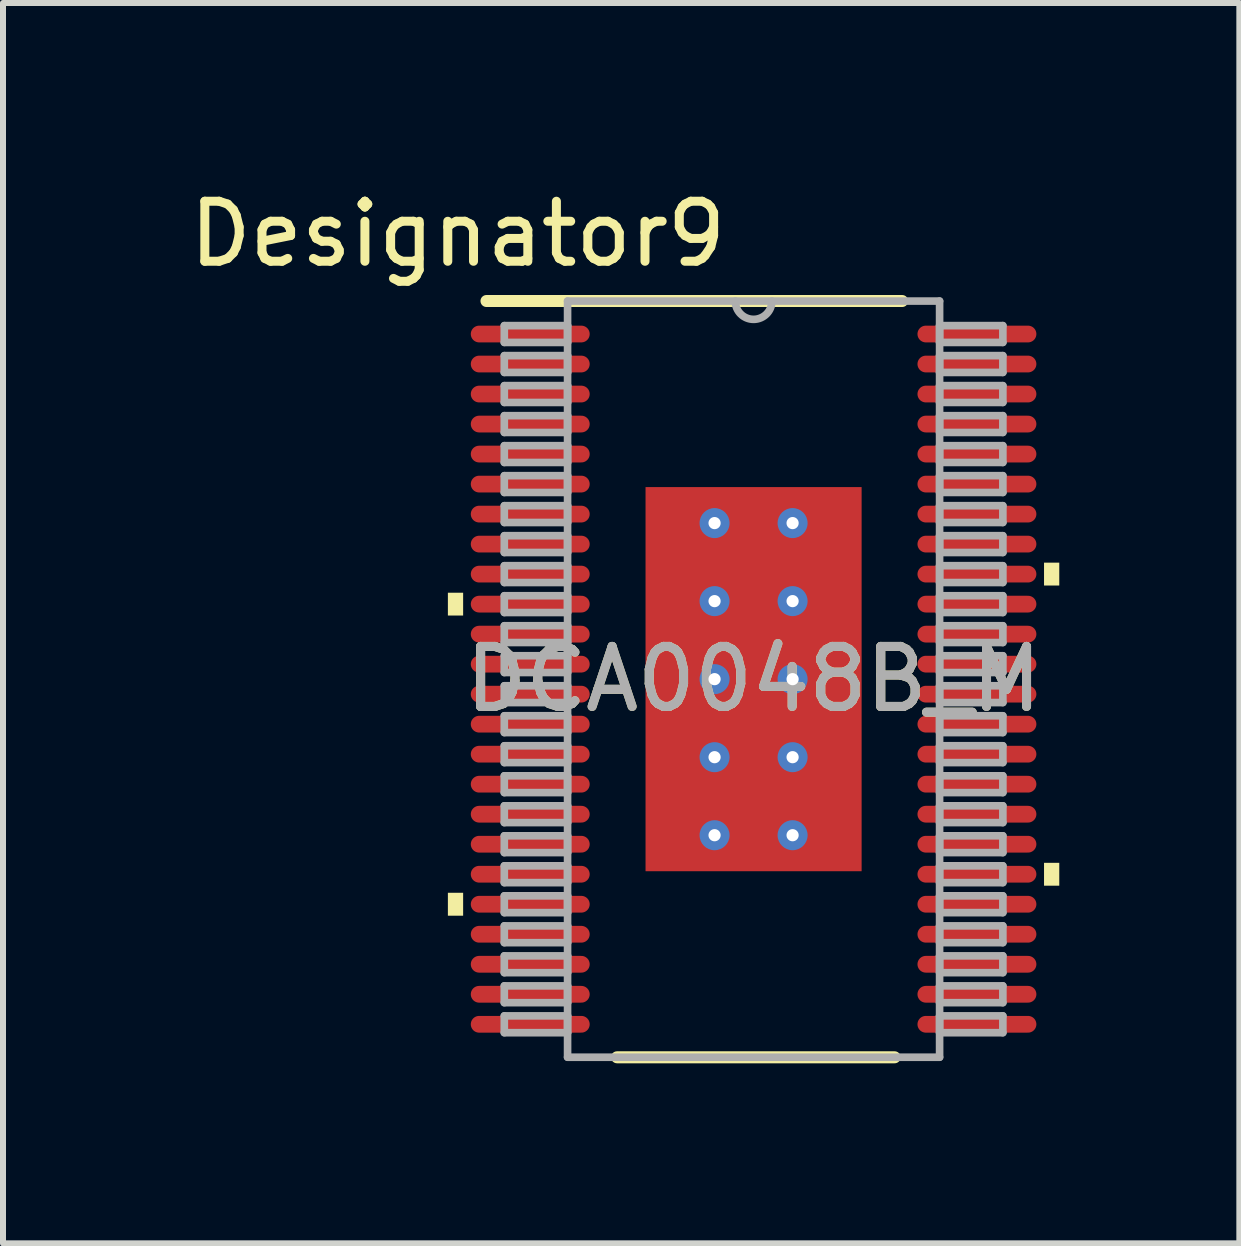
<source format=kicad_pcb>
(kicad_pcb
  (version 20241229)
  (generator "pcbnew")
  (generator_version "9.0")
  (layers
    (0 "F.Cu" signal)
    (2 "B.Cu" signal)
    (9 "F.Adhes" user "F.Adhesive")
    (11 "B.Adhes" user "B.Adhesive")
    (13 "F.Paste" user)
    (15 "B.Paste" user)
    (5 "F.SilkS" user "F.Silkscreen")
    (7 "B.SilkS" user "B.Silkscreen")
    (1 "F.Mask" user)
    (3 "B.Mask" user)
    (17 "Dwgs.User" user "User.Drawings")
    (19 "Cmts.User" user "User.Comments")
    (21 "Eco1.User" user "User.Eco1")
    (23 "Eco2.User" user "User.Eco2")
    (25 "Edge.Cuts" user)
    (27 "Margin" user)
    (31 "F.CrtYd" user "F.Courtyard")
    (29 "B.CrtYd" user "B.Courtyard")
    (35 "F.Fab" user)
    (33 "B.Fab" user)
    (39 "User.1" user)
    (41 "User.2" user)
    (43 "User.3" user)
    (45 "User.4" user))
  (footprint "DCA0048B_M"
    (layer "F.Cu")
    (at 9.505 8.265)
    (property "Reference" "DCA0048B_M" (at 0 0 0) (unlocked yes) (layer "F.SilkS") (effects (font (size 1 1) (thickness 0.15))))
    (attr smd)
    (fp_line (start -4.45 -6.3) (end 2.475 -6.3) (stroke (width 0.2) (type solid)) (layer "F.SilkS"))
    (fp_line (start -2.275 6.3) (end 2.35 6.3) (stroke (width 0.2) (type solid)) (layer "F.SilkS"))
    (fp_poly (pts (xy -4.839 -1.44) (xy -5.093 -1.44) (xy -5.093 -1.06) (xy -4.839 -1.06)) (stroke (width 0) (type solid)) (fill yes) (layer "F.SilkS"))
    (fp_poly (pts (xy -4.839 3.559) (xy -5.093 3.559) (xy -5.093 3.941) (xy -4.839 3.941)) (stroke (width 0) (type solid)) (fill yes) (layer "F.SilkS"))
    (fp_poly (pts (xy 4.839 -1.941) (xy 5.093 -1.941) (xy 5.093 -1.56) (xy 4.839 -1.56)) (stroke (width 0) (type solid)) (fill yes) (layer "F.SilkS"))
    (fp_poly (pts (xy 4.839 3.06) (xy 5.093 3.06) (xy 5.093 3.441) (xy 4.839 3.441)) (stroke (width 0) (type solid)) (fill yes) (layer "F.SilkS"))
    (fp_line (start -4.153 -5.89) (end -3.099 -5.89) (stroke (width 0.127) (type solid)) (layer "F.Fab"))
    (fp_line (start -4.153 -5.61) (end -4.153 -5.89) (stroke (width 0.127) (type solid)) (layer "F.Fab"))
    (fp_line (start -4.153 -5.61) (end -3.099 -5.61) (stroke (width 0.127) (type solid)) (layer "F.Fab"))
    (fp_line (start -4.153 -5.39) (end -3.099 -5.39) (stroke (width 0.127) (type solid)) (layer "F.Fab"))
    (fp_line (start -4.153 -5.11) (end -4.153 -5.39) (stroke (width 0.127) (type solid)) (layer "F.Fab"))
    (fp_line (start -4.153 -5.11) (end -3.099 -5.11) (stroke (width 0.127) (type solid)) (layer "F.Fab"))
    (fp_line (start -4.153 -4.89) (end -3.099 -4.89) (stroke (width 0.127) (type solid)) (layer "F.Fab"))
    (fp_line (start -4.153 -4.61) (end -4.153 -4.89) (stroke (width 0.127) (type solid)) (layer "F.Fab"))
    (fp_line (start -4.153 -4.61) (end -3.099 -4.61) (stroke (width 0.127) (type solid)) (layer "F.Fab"))
    (fp_line (start -4.153 -4.39) (end -3.099 -4.39) (stroke (width 0.127) (type solid)) (layer "F.Fab"))
    (fp_line (start -4.153 -4.11) (end -4.153 -4.39) (stroke (width 0.127) (type solid)) (layer "F.Fab"))
    (fp_line (start -4.153 -4.11) (end -3.099 -4.11) (stroke (width 0.127) (type solid)) (layer "F.Fab"))
    (fp_line (start -4.153 -3.89) (end -3.099 -3.89) (stroke (width 0.127) (type solid)) (layer "F.Fab"))
    (fp_line (start -4.153 -3.61) (end -4.153 -3.89) (stroke (width 0.127) (type solid)) (layer "F.Fab"))
    (fp_line (start -4.153 -3.61) (end -3.099 -3.61) (stroke (width 0.127) (type solid)) (layer "F.Fab"))
    (fp_line (start -4.153 -3.39) (end -3.099 -3.39) (stroke (width 0.127) (type solid)) (layer "F.Fab"))
    (fp_line (start -4.153 -3.11) (end -4.153 -3.39) (stroke (width 0.127) (type solid)) (layer "F.Fab"))
    (fp_line (start -4.153 -3.11) (end -3.099 -3.11) (stroke (width 0.127) (type solid)) (layer "F.Fab"))
    (fp_line (start -4.153 -2.89) (end -3.099 -2.89) (stroke (width 0.127) (type solid)) (layer "F.Fab"))
    (fp_line (start -4.153 -2.61) (end -4.153 -2.89) (stroke (width 0.127) (type solid)) (layer "F.Fab"))
    (fp_line (start -4.153 -2.61) (end -3.099 -2.61) (stroke (width 0.127) (type solid)) (layer "F.Fab"))
    (fp_line (start -4.153 -2.39) (end -3.099 -2.39) (stroke (width 0.127) (type solid)) (layer "F.Fab"))
    (fp_line (start -4.153 -2.11) (end -4.153 -2.39) (stroke (width 0.127) (type solid)) (layer "F.Fab"))
    (fp_line (start -4.153 -2.11) (end -3.099 -2.11) (stroke (width 0.127) (type solid)) (layer "F.Fab"))
    (fp_line (start -4.153 -1.89) (end -3.099 -1.89) (stroke (width 0.127) (type solid)) (layer "F.Fab"))
    (fp_line (start -4.153 -1.61) (end -4.153 -1.89) (stroke (width 0.127) (type solid)) (layer "F.Fab"))
    (fp_line (start -4.153 -1.61) (end -3.099 -1.61) (stroke (width 0.127) (type solid)) (layer "F.Fab"))
    (fp_line (start -4.153 -1.39) (end -3.099 -1.39) (stroke (width 0.127) (type solid)) (layer "F.Fab"))
    (fp_line (start -4.153 -1.11) (end -4.153 -1.39) (stroke (width 0.127) (type solid)) (layer "F.Fab"))
    (fp_line (start -4.153 -1.11) (end -3.099 -1.11) (stroke (width 0.127) (type solid)) (layer "F.Fab"))
    (fp_line (start -4.153 -0.89) (end -3.099 -0.89) (stroke (width 0.127) (type solid)) (layer "F.Fab"))
    (fp_line (start -4.153 -0.61) (end -4.153 -0.89) (stroke (width 0.127) (type solid)) (layer "F.Fab"))
    (fp_line (start -4.153 -0.61) (end -3.099 -0.61) (stroke (width 0.127) (type solid)) (layer "F.Fab"))
    (fp_line (start -4.153 -0.39) (end -3.099 -0.39) (stroke (width 0.127) (type solid)) (layer "F.Fab"))
    (fp_line (start -4.153 -0.11) (end -4.153 -0.39) (stroke (width 0.127) (type solid)) (layer "F.Fab"))
    (fp_line (start -4.153 -0.11) (end -3.099 -0.11) (stroke (width 0.127) (type solid)) (layer "F.Fab"))
    (fp_line (start -4.153 0.11) (end -3.099 0.11) (stroke (width 0.127) (type solid)) (layer "F.Fab"))
    (fp_line (start -4.153 0.39) (end -4.153 0.11) (stroke (width 0.127) (type solid)) (layer "F.Fab"))
    (fp_line (start -4.153 0.39) (end -3.099 0.39) (stroke (width 0.127) (type solid)) (layer "F.Fab"))
    (fp_line (start -4.153 0.61) (end -3.099 0.61) (stroke (width 0.127) (type solid)) (layer "F.Fab"))
    (fp_line (start -4.153 0.89) (end -4.153 0.61) (stroke (width 0.127) (type solid)) (layer "F.Fab"))
    (fp_line (start -4.153 0.89) (end -3.099 0.89) (stroke (width 0.127) (type solid)) (layer "F.Fab"))
    (fp_line (start -4.153 1.11) (end -3.099 1.11) (stroke (width 0.127) (type solid)) (layer "F.Fab"))
    (fp_line (start -4.153 1.39) (end -4.153 1.11) (stroke (width 0.127) (type solid)) (layer "F.Fab"))
    (fp_line (start -4.153 1.39) (end -3.099 1.39) (stroke (width 0.127) (type solid)) (layer "F.Fab"))
    (fp_line (start -4.153 1.61) (end -3.099 1.61) (stroke (width 0.127) (type solid)) (layer "F.Fab"))
    (fp_line (start -4.153 1.89) (end -4.153 1.61) (stroke (width 0.127) (type solid)) (layer "F.Fab"))
    (fp_line (start -4.153 1.89) (end -3.099 1.89) (stroke (width 0.127) (type solid)) (layer "F.Fab"))
    (fp_line (start -4.153 2.11) (end -3.099 2.11) (stroke (width 0.127) (type solid)) (layer "F.Fab"))
    (fp_line (start -4.153 2.39) (end -4.153 2.11) (stroke (width 0.127) (type solid)) (layer "F.Fab"))
    (fp_line (start -4.153 2.39) (end -3.099 2.39) (stroke (width 0.127) (type solid)) (layer "F.Fab"))
    (fp_line (start -4.153 2.61) (end -3.099 2.61) (stroke (width 0.127) (type solid)) (layer "F.Fab"))
    (fp_line (start -4.153 2.89) (end -4.153 2.61) (stroke (width 0.127) (type solid)) (layer "F.Fab"))
    (fp_line (start -4.153 2.89) (end -3.099 2.89) (stroke (width 0.127) (type solid)) (layer "F.Fab"))
    (fp_line (start -4.153 3.11) (end -3.099 3.11) (stroke (width 0.127) (type solid)) (layer "F.Fab"))
    (fp_line (start -4.153 3.39) (end -4.153 3.11) (stroke (width 0.127) (type solid)) (layer "F.Fab"))
    (fp_line (start -4.153 3.39) (end -3.099 3.39) (stroke (width 0.127) (type solid)) (layer "F.Fab"))
    (fp_line (start -4.153 3.61) (end -3.099 3.61) (stroke (width 0.127) (type solid)) (layer "F.Fab"))
    (fp_line (start -4.153 3.89) (end -4.153 3.61) (stroke (width 0.127) (type solid)) (layer "F.Fab"))
    (fp_line (start -4.153 3.89) (end -3.099 3.89) (stroke (width 0.127) (type solid)) (layer "F.Fab"))
    (fp_line (start -4.153 4.11) (end -3.099 4.11) (stroke (width 0.127) (type solid)) (layer "F.Fab"))
    (fp_line (start -4.153 4.39) (end -4.153 4.11) (stroke (width 0.127) (type solid)) (layer "F.Fab"))
    (fp_line (start -4.153 4.39) (end -3.099 4.39) (stroke (width 0.127) (type solid)) (layer "F.Fab"))
    (fp_line (start -4.153 4.61) (end -3.099 4.61) (stroke (width 0.127) (type solid)) (layer "F.Fab"))
    (fp_line (start -4.153 4.89) (end -4.153 4.61) (stroke (width 0.127) (type solid)) (layer "F.Fab"))
    (fp_line (start -4.153 4.89) (end -3.099 4.89) (stroke (width 0.127) (type solid)) (layer "F.Fab"))
    (fp_line (start -4.153 5.11) (end -3.099 5.11) (stroke (width 0.127) (type solid)) (layer "F.Fab"))
    (fp_line (start -4.153 5.39) (end -4.153 5.11) (stroke (width 0.127) (type solid)) (layer "F.Fab"))
    (fp_line (start -4.153 5.39) (end -3.099 5.39) (stroke (width 0.127) (type solid)) (layer "F.Fab"))
    (fp_line (start -4.153 5.61) (end -3.099 5.61) (stroke (width 0.127) (type solid)) (layer "F.Fab"))
    (fp_line (start -4.153 5.89) (end -4.153 5.61) (stroke (width 0.127) (type solid)) (layer "F.Fab"))
    (fp_line (start -4.153 5.89) (end -3.099 5.89) (stroke (width 0.127) (type solid)) (layer "F.Fab"))
    (fp_line (start -3.099 -6.299) (end 3.099 -6.299) (stroke (width 0.127) (type solid)) (layer "F.Fab"))
    (fp_line (start -3.099 -5.61) (end -3.099 -5.89) (stroke (width 0.127) (type solid)) (layer "F.Fab"))
    (fp_line (start -3.099 -5.11) (end -3.099 -5.39) (stroke (width 0.127) (type solid)) (layer "F.Fab"))
    (fp_line (start -3.099 -4.61) (end -3.099 -4.89) (stroke (width 0.127) (type solid)) (layer "F.Fab"))
    (fp_line (start -3.099 -4.11) (end -3.099 -4.39) (stroke (width 0.127) (type solid)) (layer "F.Fab"))
    (fp_line (start -3.099 -3.61) (end -3.099 -3.89) (stroke (width 0.127) (type solid)) (layer "F.Fab"))
    (fp_line (start -3.099 -3.11) (end -3.099 -3.39) (stroke (width 0.127) (type solid)) (layer "F.Fab"))
    (fp_line (start -3.099 -2.61) (end -3.099 -2.89) (stroke (width 0.127) (type solid)) (layer "F.Fab"))
    (fp_line (start -3.099 -2.11) (end -3.099 -2.39) (stroke (width 0.127) (type solid)) (layer "F.Fab"))
    (fp_line (start -3.099 -1.61) (end -3.099 -1.89) (stroke (width 0.127) (type solid)) (layer "F.Fab"))
    (fp_line (start -3.099 -1.11) (end -3.099 -1.39) (stroke (width 0.127) (type solid)) (layer "F.Fab"))
    (fp_line (start -3.099 -0.61) (end -3.099 -0.89) (stroke (width 0.127) (type solid)) (layer "F.Fab"))
    (fp_line (start -3.099 -0.11) (end -3.099 -0.39) (stroke (width 0.127) (type solid)) (layer "F.Fab"))
    (fp_line (start -3.099 0.39) (end -3.099 0.11) (stroke (width 0.127) (type solid)) (layer "F.Fab"))
    (fp_line (start -3.099 0.89) (end -3.099 0.61) (stroke (width 0.127) (type solid)) (layer "F.Fab"))
    (fp_line (start -3.099 1.39) (end -3.099 1.11) (stroke (width 0.127) (type solid)) (layer "F.Fab"))
    (fp_line (start -3.099 1.89) (end -3.099 1.61) (stroke (width 0.127) (type solid)) (layer "F.Fab"))
    (fp_line (start -3.099 2.39) (end -3.099 2.11) (stroke (width 0.127) (type solid)) (layer "F.Fab"))
    (fp_line (start -3.099 2.89) (end -3.099 2.61) (stroke (width 0.127) (type solid)) (layer "F.Fab"))
    (fp_line (start -3.099 3.39) (end -3.099 3.11) (stroke (width 0.127) (type solid)) (layer "F.Fab"))
    (fp_line (start -3.099 3.89) (end -3.099 3.61) (stroke (width 0.127) (type solid)) (layer "F.Fab"))
    (fp_line (start -3.099 4.39) (end -3.099 4.11) (stroke (width 0.127) (type solid)) (layer "F.Fab"))
    (fp_line (start -3.099 4.89) (end -3.099 4.61) (stroke (width 0.127) (type solid)) (layer "F.Fab"))
    (fp_line (start -3.099 5.39) (end -3.099 5.11) (stroke (width 0.127) (type solid)) (layer "F.Fab"))
    (fp_line (start -3.099 5.89) (end -3.099 5.61) (stroke (width 0.127) (type solid)) (layer "F.Fab"))
    (fp_line (start -3.099 6.299) (end -3.099 -6.299) (stroke (width 0.127) (type solid)) (layer "F.Fab"))
    (fp_line (start -3.099 6.299) (end 3.099 6.299) (stroke (width 0.127) (type solid)) (layer "F.Fab"))
    (fp_line (start 3.099 -5.89) (end 4.153 -5.89) (stroke (width 0.127) (type solid)) (layer "F.Fab"))
    (fp_line (start 3.099 -5.61) (end 3.099 -5.89) (stroke (width 0.127) (type solid)) (layer "F.Fab"))
    (fp_line (start 3.099 -5.61) (end 4.153 -5.61) (stroke (width 0.127) (type solid)) (layer "F.Fab"))
    (fp_line (start 3.099 -5.39) (end 4.153 -5.39) (stroke (width 0.127) (type solid)) (layer "F.Fab"))
    (fp_line (start 3.099 -5.11) (end 3.099 -5.39) (stroke (width 0.127) (type solid)) (layer "F.Fab"))
    (fp_line (start 3.099 -5.11) (end 4.153 -5.11) (stroke (width 0.127) (type solid)) (layer "F.Fab"))
    (fp_line (start 3.099 -4.89) (end 4.153 -4.89) (stroke (width 0.127) (type solid)) (layer "F.Fab"))
    (fp_line (start 3.099 -4.61) (end 3.099 -4.89) (stroke (width 0.127) (type solid)) (layer "F.Fab"))
    (fp_line (start 3.099 -4.61) (end 4.153 -4.61) (stroke (width 0.127) (type solid)) (layer "F.Fab"))
    (fp_line (start 3.099 -4.39) (end 4.153 -4.39) (stroke (width 0.127) (type solid)) (layer "F.Fab"))
    (fp_line (start 3.099 -4.11) (end 3.099 -4.39) (stroke (width 0.127) (type solid)) (layer "F.Fab"))
    (fp_line (start 3.099 -4.11) (end 4.153 -4.11) (stroke (width 0.127) (type solid)) (layer "F.Fab"))
    (fp_line (start 3.099 -3.89) (end 4.153 -3.89) (stroke (width 0.127) (type solid)) (layer "F.Fab"))
    (fp_line (start 3.099 -3.61) (end 3.099 -3.89) (stroke (width 0.127) (type solid)) (layer "F.Fab"))
    (fp_line (start 3.099 -3.61) (end 4.153 -3.61) (stroke (width 0.127) (type solid)) (layer "F.Fab"))
    (fp_line (start 3.099 -3.39) (end 4.153 -3.39) (stroke (width 0.127) (type solid)) (layer "F.Fab"))
    (fp_line (start 3.099 -3.11) (end 3.099 -3.39) (stroke (width 0.127) (type solid)) (layer "F.Fab"))
    (fp_line (start 3.099 -3.11) (end 4.153 -3.11) (stroke (width 0.127) (type solid)) (layer "F.Fab"))
    (fp_line (start 3.099 -2.89) (end 4.153 -2.89) (stroke (width 0.127) (type solid)) (layer "F.Fab"))
    (fp_line (start 3.099 -2.61) (end 3.099 -2.89) (stroke (width 0.127) (type solid)) (layer "F.Fab"))
    (fp_line (start 3.099 -2.61) (end 4.153 -2.61) (stroke (width 0.127) (type solid)) (layer "F.Fab"))
    (fp_line (start 3.099 -2.39) (end 4.153 -2.39) (stroke (width 0.127) (type solid)) (layer "F.Fab"))
    (fp_line (start 3.099 -2.11) (end 3.099 -2.39) (stroke (width 0.127) (type solid)) (layer "F.Fab"))
    (fp_line (start 3.099 -2.11) (end 4.153 -2.11) (stroke (width 0.127) (type solid)) (layer "F.Fab"))
    (fp_line (start 3.099 -1.89) (end 4.153 -1.89) (stroke (width 0.127) (type solid)) (layer "F.Fab"))
    (fp_line (start 3.099 -1.61) (end 3.099 -1.89) (stroke (width 0.127) (type solid)) (layer "F.Fab"))
    (fp_line (start 3.099 -1.61) (end 4.153 -1.61) (stroke (width 0.127) (type solid)) (layer "F.Fab"))
    (fp_line (start 3.099 -1.39) (end 4.153 -1.39) (stroke (width 0.127) (type solid)) (layer "F.Fab"))
    (fp_line (start 3.099 -1.11) (end 3.099 -1.39) (stroke (width 0.127) (type solid)) (layer "F.Fab"))
    (fp_line (start 3.099 -1.11) (end 4.153 -1.11) (stroke (width 0.127) (type solid)) (layer "F.Fab"))
    (fp_line (start 3.099 -0.89) (end 4.153 -0.89) (stroke (width 0.127) (type solid)) (layer "F.Fab"))
    (fp_line (start 3.099 -0.61) (end 3.099 -0.89) (stroke (width 0.127) (type solid)) (layer "F.Fab"))
    (fp_line (start 3.099 -0.61) (end 4.153 -0.61) (stroke (width 0.127) (type solid)) (layer "F.Fab"))
    (fp_line (start 3.099 -0.39) (end 4.153 -0.39) (stroke (width 0.127) (type solid)) (layer "F.Fab"))
    (fp_line (start 3.099 -0.11) (end 3.099 -0.39) (stroke (width 0.127) (type solid)) (layer "F.Fab"))
    (fp_line (start 3.099 -0.11) (end 4.153 -0.11) (stroke (width 0.127) (type solid)) (layer "F.Fab"))
    (fp_line (start 3.099 0.11) (end 4.153 0.11) (stroke (width 0.127) (type solid)) (layer "F.Fab"))
    (fp_line (start 3.099 0.39) (end 3.099 0.11) (stroke (width 0.127) (type solid)) (layer "F.Fab"))
    (fp_line (start 3.099 0.39) (end 4.153 0.39) (stroke (width 0.127) (type solid)) (layer "F.Fab"))
    (fp_line (start 3.099 0.61) (end 4.153 0.61) (stroke (width 0.127) (type solid)) (layer "F.Fab"))
    (fp_line (start 3.099 0.89) (end 3.099 0.61) (stroke (width 0.127) (type solid)) (layer "F.Fab"))
    (fp_line (start 3.099 0.89) (end 4.153 0.89) (stroke (width 0.127) (type solid)) (layer "F.Fab"))
    (fp_line (start 3.099 1.11) (end 4.153 1.11) (stroke (width 0.127) (type solid)) (layer "F.Fab"))
    (fp_line (start 3.099 1.39) (end 3.099 1.11) (stroke (width 0.127) (type solid)) (layer "F.Fab"))
    (fp_line (start 3.099 1.39) (end 4.153 1.39) (stroke (width 0.127) (type solid)) (layer "F.Fab"))
    (fp_line (start 3.099 1.61) (end 4.153 1.61) (stroke (width 0.127) (type solid)) (layer "F.Fab"))
    (fp_line (start 3.099 1.89) (end 3.099 1.61) (stroke (width 0.127) (type solid)) (layer "F.Fab"))
    (fp_line (start 3.099 1.89) (end 4.153 1.89) (stroke (width 0.127) (type solid)) (layer "F.Fab"))
    (fp_line (start 3.099 2.11) (end 4.153 2.11) (stroke (width 0.127) (type solid)) (layer "F.Fab"))
    (fp_line (start 3.099 2.39) (end 3.099 2.11) (stroke (width 0.127) (type solid)) (layer "F.Fab"))
    (fp_line (start 3.099 2.39) (end 4.153 2.39) (stroke (width 0.127) (type solid)) (layer "F.Fab"))
    (fp_line (start 3.099 2.61) (end 4.153 2.61) (stroke (width 0.127) (type solid)) (layer "F.Fab"))
    (fp_line (start 3.099 2.89) (end 3.099 2.61) (stroke (width 0.127) (type solid)) (layer "F.Fab"))
    (fp_line (start 3.099 2.89) (end 4.153 2.89) (stroke (width 0.127) (type solid)) (layer "F.Fab"))
    (fp_line (start 3.099 3.11) (end 4.153 3.11) (stroke (width 0.127) (type solid)) (layer "F.Fab"))
    (fp_line (start 3.099 3.39) (end 3.099 3.11) (stroke (width 0.127) (type solid)) (layer "F.Fab"))
    (fp_line (start 3.099 3.39) (end 4.153 3.39) (stroke (width 0.127) (type solid)) (layer "F.Fab"))
    (fp_line (start 3.099 3.61) (end 4.153 3.61) (stroke (width 0.127) (type solid)) (layer "F.Fab"))
    (fp_line (start 3.099 3.89) (end 3.099 3.61) (stroke (width 0.127) (type solid)) (layer "F.Fab"))
    (fp_line (start 3.099 3.89) (end 4.153 3.89) (stroke (width 0.127) (type solid)) (layer "F.Fab"))
    (fp_line (start 3.099 4.11) (end 4.153 4.11) (stroke (width 0.127) (type solid)) (layer "F.Fab"))
    (fp_line (start 3.099 4.39) (end 3.099 4.11) (stroke (width 0.127) (type solid)) (layer "F.Fab"))
    (fp_line (start 3.099 4.39) (end 4.153 4.39) (stroke (width 0.127) (type solid)) (layer "F.Fab"))
    (fp_line (start 3.099 4.61) (end 4.153 4.61) (stroke (width 0.127) (type solid)) (layer "F.Fab"))
    (fp_line (start 3.099 4.89) (end 3.099 4.61) (stroke (width 0.127) (type solid)) (layer "F.Fab"))
    (fp_line (start 3.099 4.89) (end 4.153 4.89) (stroke (width 0.127) (type solid)) (layer "F.Fab"))
    (fp_line (start 3.099 5.11) (end 4.153 5.11) (stroke (width 0.127) (type solid)) (layer "F.Fab"))
    (fp_line (start 3.099 5.39) (end 3.099 5.11) (stroke (width 0.127) (type solid)) (layer "F.Fab"))
    (fp_line (start 3.099 5.39) (end 4.153 5.39) (stroke (width 0.127) (type solid)) (layer "F.Fab"))
    (fp_line (start 3.099 5.61) (end 4.153 5.61) (stroke (width 0.127) (type solid)) (layer "F.Fab"))
    (fp_line (start 3.099 5.89) (end 3.099 5.61) (stroke (width 0.127) (type solid)) (layer "F.Fab"))
    (fp_line (start 3.099 5.89) (end 4.153 5.89) (stroke (width 0.127) (type solid)) (layer "F.Fab"))
    (fp_line (start 3.099 6.299) (end 3.099 -6.299) (stroke (width 0.127) (type solid)) (layer "F.Fab"))
    (fp_line (start 4.153 -5.61) (end 4.153 -5.89) (stroke (width 0.127) (type solid)) (layer "F.Fab"))
    (fp_line (start 4.153 -5.11) (end 4.153 -5.39) (stroke (width 0.127) (type solid)) (layer "F.Fab"))
    (fp_line (start 4.153 -4.61) (end 4.153 -4.89) (stroke (width 0.127) (type solid)) (layer "F.Fab"))
    (fp_line (start 4.153 -4.11) (end 4.153 -4.39) (stroke (width 0.127) (type solid)) (layer "F.Fab"))
    (fp_line (start 4.153 -3.61) (end 4.153 -3.89) (stroke (width 0.127) (type solid)) (layer "F.Fab"))
    (fp_line (start 4.153 -3.11) (end 4.153 -3.39) (stroke (width 0.127) (type solid)) (layer "F.Fab"))
    (fp_line (start 4.153 -2.61) (end 4.153 -2.89) (stroke (width 0.127) (type solid)) (layer "F.Fab"))
    (fp_line (start 4.153 -2.11) (end 4.153 -2.39) (stroke (width 0.127) (type solid)) (layer "F.Fab"))
    (fp_line (start 4.153 -1.61) (end 4.153 -1.89) (stroke (width 0.127) (type solid)) (layer "F.Fab"))
    (fp_line (start 4.153 -1.11) (end 4.153 -1.39) (stroke (width 0.127) (type solid)) (layer "F.Fab"))
    (fp_line (start 4.153 -0.61) (end 4.153 -0.89) (stroke (width 0.127) (type solid)) (layer "F.Fab"))
    (fp_line (start 4.153 -0.11) (end 4.153 -0.39) (stroke (width 0.127) (type solid)) (layer "F.Fab"))
    (fp_line (start 4.153 0.39) (end 4.153 0.11) (stroke (width 0.127) (type solid)) (layer "F.Fab"))
    (fp_line (start 4.153 0.89) (end 4.153 0.61) (stroke (width 0.127) (type solid)) (layer "F.Fab"))
    (fp_line (start 4.153 1.39) (end 4.153 1.11) (stroke (width 0.127) (type solid)) (layer "F.Fab"))
    (fp_line (start 4.153 1.89) (end 4.153 1.61) (stroke (width 0.127) (type solid)) (layer "F.Fab"))
    (fp_line (start 4.153 2.39) (end 4.153 2.11) (stroke (width 0.127) (type solid)) (layer "F.Fab"))
    (fp_line (start 4.153 2.89) (end 4.153 2.61) (stroke (width 0.127) (type solid)) (layer "F.Fab"))
    (fp_line (start 4.153 3.39) (end 4.153 3.11) (stroke (width 0.127) (type solid)) (layer "F.Fab"))
    (fp_line (start 4.153 3.89) (end 4.153 3.61) (stroke (width 0.127) (type solid)) (layer "F.Fab"))
    (fp_line (start 4.153 4.39) (end 4.153 4.11) (stroke (width 0.127) (type solid)) (layer "F.Fab"))
    (fp_line (start 4.153 4.89) (end 4.153 4.61) (stroke (width 0.127) (type solid)) (layer "F.Fab"))
    (fp_line (start 4.153 5.39) (end 4.153 5.11) (stroke (width 0.127) (type solid)) (layer "F.Fab"))
    (fp_line (start 4.153 5.89) (end 4.153 5.61) (stroke (width 0.127) (type solid)) (layer "F.Fab"))
    (fp_arc (start 0.3048 -6.2992) (mid 0 -5.9944) (end -0.3048 -6.2992) (stroke (width 0.127) (type solid)) (layer "F.Fab"))
    (fp_text user "Designator9" (at -4.928 -7.417 0) (unlocked yes) (layer "F.SilkS") (effects (font (size 1 1) (thickness 0.15))))
    (fp_text user "${REFERENCE}" (at 0 0 0) (unlocked yes) (layer "F.Fab") (effects (font (size 1 1) (thickness 0.15))))
    (pad "1" smd oval (at -3.721 -5.75) (size 1.981 0.279) (layers "F.Cu" "F.Mask" "F.Paste"))
    (pad "2" smd oval (at -3.721 -5.25) (size 1.981 0.279) (layers "F.Cu" "F.Mask" "F.Paste"))
    (pad "3" smd oval (at -3.721 -4.75) (size 1.981 0.279) (layers "F.Cu" "F.Mask" "F.Paste"))
    (pad "4" smd oval (at -3.721 -4.25) (size 1.981 0.279) (layers "F.Cu" "F.Mask" "F.Paste"))
    (pad "5" smd oval (at -3.721 -3.75) (size 1.981 0.279) (layers "F.Cu" "F.Mask" "F.Paste"))
    (pad "6" smd oval (at -3.721 -3.25) (size 1.981 0.279) (layers "F.Cu" "F.Mask" "F.Paste"))
    (pad "7" smd oval (at -3.721 -2.75) (size 1.981 0.279) (layers "F.Cu" "F.Mask" "F.Paste"))
    (pad "8" smd oval (at -3.721 -2.25) (size 1.981 0.279) (layers "F.Cu" "F.Mask" "F.Paste"))
    (pad "9" smd oval (at -3.721 -1.75) (size 1.981 0.279) (layers "F.Cu" "F.Mask" "F.Paste"))
    (pad "10" smd oval (at -3.721 -1.25) (size 1.981 0.279) (layers "F.Cu" "F.Mask" "F.Paste"))
    (pad "11" smd oval (at -3.721 -0.75) (size 1.981 0.279) (layers "F.Cu" "F.Mask" "F.Paste"))
    (pad "12" smd oval (at -3.721 -0.25) (size 1.981 0.279) (layers "F.Cu" "F.Mask" "F.Paste"))
    (pad "13" smd oval (at -3.721 0.25) (size 1.981 0.279) (layers "F.Cu" "F.Mask" "F.Paste"))
    (pad "14" smd oval (at -3.721 0.75) (size 1.981 0.279) (layers "F.Cu" "F.Mask" "F.Paste"))
    (pad "15" smd oval (at -3.721 1.25) (size 1.981 0.279) (layers "F.Cu" "F.Mask" "F.Paste"))
    (pad "16" smd oval (at -3.721 1.75) (size 1.981 0.279) (layers "F.Cu" "F.Mask" "F.Paste"))
    (pad "17" smd oval (at -3.721 2.25) (size 1.981 0.279) (layers "F.Cu" "F.Mask" "F.Paste"))
    (pad "18" smd oval (at -3.721 2.75) (size 1.981 0.279) (layers "F.Cu" "F.Mask" "F.Paste"))
    (pad "19" smd oval (at -3.721 3.25) (size 1.981 0.279) (layers "F.Cu" "F.Mask" "F.Paste"))
    (pad "20" smd oval (at -3.721 3.75) (size 1.981 0.279) (layers "F.Cu" "F.Mask" "F.Paste"))
    (pad "21" smd oval (at -3.721 4.25) (size 1.981 0.279) (layers "F.Cu" "F.Mask" "F.Paste"))
    (pad "22" smd oval (at -3.721 4.75) (size 1.981 0.279) (layers "F.Cu" "F.Mask" "F.Paste"))
    (pad "23" smd oval (at -3.721 5.25) (size 1.981 0.279) (layers "F.Cu" "F.Mask" "F.Paste"))
    (pad "24" smd oval (at -3.721 5.75) (size 1.981 0.279) (layers "F.Cu" "F.Mask" "F.Paste"))
    (pad "25" smd oval (at 3.721 5.75) (size 1.981 0.279) (layers "F.Cu" "F.Mask" "F.Paste"))
    (pad "26" smd oval (at 3.721 5.25) (size 1.981 0.279) (layers "F.Cu" "F.Mask" "F.Paste"))
    (pad "27" smd oval (at 3.721 4.75) (size 1.981 0.279) (layers "F.Cu" "F.Mask" "F.Paste"))
    (pad "28" smd oval (at 3.721 4.25) (size 1.981 0.279) (layers "F.Cu" "F.Mask" "F.Paste"))
    (pad "29" smd oval (at 3.721 3.75) (size 1.981 0.279) (layers "F.Cu" "F.Mask" "F.Paste"))
    (pad "30" smd oval (at 3.721 3.25) (size 1.981 0.279) (layers "F.Cu" "F.Mask" "F.Paste"))
    (pad "31" smd oval (at 3.721 2.75) (size 1.981 0.279) (layers "F.Cu" "F.Mask" "F.Paste"))
    (pad "32" smd oval (at 3.721 2.25) (size 1.981 0.279) (layers "F.Cu" "F.Mask" "F.Paste"))
    (pad "33" smd oval (at 3.721 1.75) (size 1.981 0.279) (layers "F.Cu" "F.Mask" "F.Paste"))
    (pad "34" smd oval (at 3.721 1.25) (size 1.981 0.279) (layers "F.Cu" "F.Mask" "F.Paste"))
    (pad "35" smd oval (at 3.721 0.75) (size 1.981 0.279) (layers "F.Cu" "F.Mask" "F.Paste"))
    (pad "36" smd oval (at 3.721 0.25) (size 1.981 0.279) (layers "F.Cu" "F.Mask" "F.Paste"))
    (pad "37" smd oval (at 3.721 -0.25) (size 1.981 0.279) (layers "F.Cu" "F.Mask" "F.Paste"))
    (pad "38" smd oval (at 3.721 -0.75) (size 1.981 0.279) (layers "F.Cu" "F.Mask" "F.Paste"))
    (pad "39" smd oval (at 3.721 -1.25) (size 1.981 0.279) (layers "F.Cu" "F.Mask" "F.Paste"))
    (pad "40" smd oval (at 3.721 -1.75) (size 1.981 0.279) (layers "F.Cu" "F.Mask" "F.Paste"))
    (pad "41" smd oval (at 3.721 -2.25) (size 1.981 0.279) (layers "F.Cu" "F.Mask" "F.Paste"))
    (pad "42" smd oval (at 3.721 -2.75) (size 1.981 0.279) (layers "F.Cu" "F.Mask" "F.Paste"))
    (pad "43" smd oval (at 3.721 -3.25) (size 1.981 0.279) (layers "F.Cu" "F.Mask" "F.Paste"))
    (pad "44" smd oval (at 3.721 -3.75) (size 1.981 0.279) (layers "F.Cu" "F.Mask" "F.Paste"))
    (pad "45" smd oval (at 3.721 -4.25) (size 1.981 0.279) (layers "F.Cu" "F.Mask" "F.Paste"))
    (pad "46" smd oval (at 3.721 -4.75) (size 1.981 0.279) (layers "F.Cu" "F.Mask" "F.Paste"))
    (pad "47" smd oval (at 3.721 -5.25) (size 1.981 0.279) (layers "F.Cu" "F.Mask" "F.Paste"))
    (pad "48" smd oval (at 3.721 -5.75) (size 1.981 0.279) (layers "F.Cu" "F.Mask" "F.Paste"))
    (pad "49" smd rect (at 0 0) (size 3.6 6.4) (layers "F.Cu" "F.Mask" "F.Paste"))
    (pad "V" thru_hole circle (at -0.65 -2.6) (size 0.5 0.5) (drill 0.203) (layers "*.Cu" "*.Mask"))
    (pad "V" thru_hole circle (at -0.65 -1.3) (size 0.5 0.5) (drill 0.203) (layers "*.Cu" "*.Mask"))
    (pad "V" thru_hole circle (at -0.65 0) (size 0.5 0.5) (drill 0.203) (layers "*.Cu" "*.Mask"))
    (pad "V" thru_hole circle (at -0.65 1.3) (size 0.5 0.5) (drill 0.203) (layers "*.Cu" "*.Mask"))
    (pad "V" thru_hole circle (at -0.65 2.6) (size 0.5 0.5) (drill 0.203) (layers "*.Cu" "*.Mask"))
    (pad "V" thru_hole circle (at 0.65 -2.6) (size 0.5 0.5) (drill 0.203) (layers "*.Cu" "*.Mask"))
    (pad "V" thru_hole circle (at 0.65 -1.3) (size 0.5 0.5) (drill 0.203) (layers "*.Cu" "*.Mask"))
    (pad "V" thru_hole circle (at 0.65 0) (size 0.5 0.5) (drill 0.203) (layers "*.Cu" "*.Mask"))
    (pad "V" thru_hole circle (at 0.65 1.3) (size 0.5 0.5) (drill 0.203) (layers "*.Cu" "*.Mask"))
    (pad "V" thru_hole circle (at 0.65 2.6) (size 0.5 0.5) (drill 0.203) (layers "*.Cu" "*.Mask")))
  (gr_rect
    (start -3 -3)
    (end 17.598 17.665)
    (stroke (width 0.1) (type default))
    (fill no)
    (layer "Edge.Cuts")))
</source>
